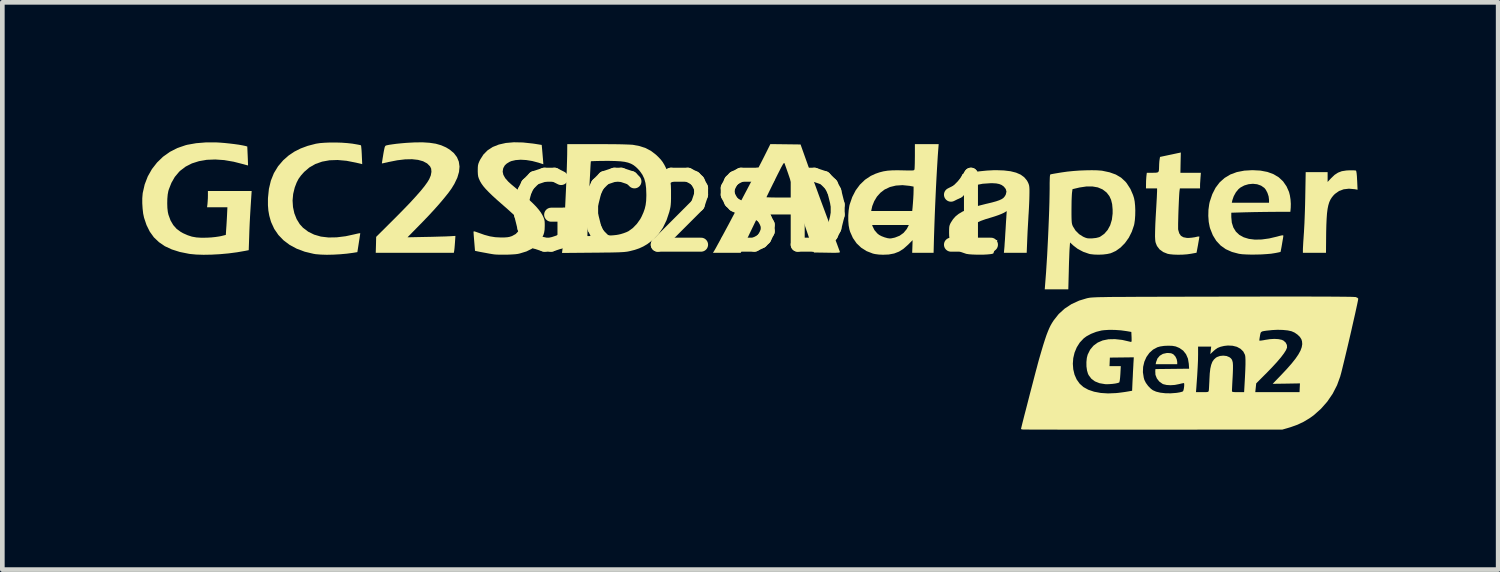
<source format=kicad_pcb>
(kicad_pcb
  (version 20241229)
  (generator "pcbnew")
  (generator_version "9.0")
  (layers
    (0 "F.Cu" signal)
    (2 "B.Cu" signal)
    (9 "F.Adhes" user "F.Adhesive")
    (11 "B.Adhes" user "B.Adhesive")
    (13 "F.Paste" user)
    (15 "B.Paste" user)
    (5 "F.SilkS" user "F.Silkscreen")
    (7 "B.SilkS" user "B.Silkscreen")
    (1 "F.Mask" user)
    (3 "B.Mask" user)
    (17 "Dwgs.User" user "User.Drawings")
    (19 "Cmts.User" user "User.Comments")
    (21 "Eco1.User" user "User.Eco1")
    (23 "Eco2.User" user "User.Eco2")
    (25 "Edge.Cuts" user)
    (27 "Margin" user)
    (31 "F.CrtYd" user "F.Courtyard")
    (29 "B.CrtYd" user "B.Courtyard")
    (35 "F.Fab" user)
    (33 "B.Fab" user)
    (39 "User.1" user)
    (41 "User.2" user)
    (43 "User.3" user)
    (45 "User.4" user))
  (footprint "GC2SD-1"
    (layer "F.Cu")
    (at 13.158 1.517)
    (property "Reference" "GC2SD-1" (at 0 0 180) (layer "F.SilkS") (effects (font (size 1.5 1.5) (thickness 0.3))))
    (attr board_only exclude_from_pos_files exclude_from_bom)
    (fp_poly (pts (xy 8.897 3.006) (xy 8.943 3.026) (xy 8.944 3.027) (xy 8.987 3.072) (xy 9.017 3.132) (xy 9.029 3.193) (xy 9.029 3.195) (xy 9.029 3.24) (xy 8.798 3.24) (xy 8.567 3.24) (xy 8.576 3.195) (xy 8.605 3.118) (xy 8.655 3.059) (xy 8.722 3.019) (xy 8.804 3.001) (xy 8.831 3)) (stroke (width 0) (type solid)) (fill yes) (layer "F.SilkS"))
    (fp_poly (pts (xy 12.818 -0.915) (xy 12.852 -0.912) (xy 12.862 -0.909) (xy 12.868 -0.891) (xy 12.875 -0.849) (xy 12.881 -0.787) (xy 12.885 -0.708) (xy 12.886 -0.699) (xy 12.895 -0.5) (xy 12.836 -0.511) (xy 12.71 -0.522) (xy 12.597 -0.509) (xy 12.497 -0.472) (xy 12.41 -0.41) (xy 12.38 -0.38) (xy 12.344 -0.336) (xy 12.313 -0.287) (xy 12.288 -0.232) (xy 12.268 -0.166) (xy 12.252 -0.088) (xy 12.24 0.006) (xy 12.232 0.118) (xy 12.226 0.251) (xy 12.222 0.407) (xy 12.221 0.506) (xy 12.218 0.853) (xy 11.971 0.853) (xy 11.723 0.853) (xy 11.723 0.787) (xy 11.724 0.753) (xy 11.727 0.697) (xy 11.731 0.623) (xy 11.737 0.538) (xy 11.743 0.445) (xy 11.745 0.421) (xy 11.75 0.331) (xy 11.756 0.22) (xy 11.761 0.093) (xy 11.766 -0.043) (xy 11.77 -0.182) (xy 11.773 -0.318) (xy 11.774 -0.378) (xy 11.783 -0.877) (xy 12.018 -0.877) (xy 12.253 -0.877) (xy 12.253 -0.772) (xy 12.253 -0.666) (xy 12.329 -0.748) (xy 12.402 -0.818) (xy 12.476 -0.866) (xy 12.557 -0.897) (xy 12.654 -0.912) (xy 12.707 -0.915) (xy 12.767 -0.916)) (stroke (width 0) (type solid)) (fill yes) (layer "F.SilkS"))
    (fp_poly (pts (xy -6.998 -1.506) (xy -6.866 -1.486) (xy -6.751 -1.453) (xy -6.646 -1.407) (xy -6.57 -1.361) (xy -6.478 -1.285) (xy -6.412 -1.198) (xy -6.372 -1.102) (xy -6.357 -0.996) (xy -6.368 -0.881) (xy -6.404 -0.758) (xy -6.467 -0.626) (xy -6.53 -0.523) (xy -6.596 -0.432) (xy -6.681 -0.326) (xy -6.782 -0.206) (xy -6.898 -0.075) (xy -7.027 0.064) (xy -7.166 0.209) (xy -7.194 0.237) (xy -7.472 0.52) (xy -7.068 0.512) (xy -6.958 0.51) (xy -6.852 0.507) (xy -6.753 0.504) (xy -6.668 0.502) (xy -6.601 0.499) (xy -6.556 0.497) (xy -6.554 0.497) (xy -6.445 0.49) (xy -6.454 0.626) (xy -6.459 0.691) (xy -6.464 0.75) (xy -6.469 0.794) (xy -6.471 0.808) (xy -6.479 0.853) (xy -7.316 0.853) (xy -8.153 0.853) (xy -8.148 0.682) (xy -8.144 0.511) (xy -7.745 0.114) (xy -7.575 -0.058) (xy -7.427 -0.211) (xy -7.301 -0.348) (xy -7.195 -0.468) (xy -7.111 -0.571) (xy -7.048 -0.658) (xy -7.007 -0.725) (xy -6.973 -0.806) (xy -6.959 -0.883) (xy -6.965 -0.951) (xy -6.988 -1) (xy -7.052 -1.064) (xy -7.138 -1.11) (xy -7.246 -1.14) (xy -7.374 -1.154) (xy -7.523 -1.151) (xy -7.691 -1.131) (xy -7.878 -1.094) (xy -7.906 -1.087) (xy -7.958 -1.076) (xy -7.998 -1.067) (xy -8.019 -1.064) (xy -8.021 -1.064) (xy -8.02 -1.078) (xy -8.014 -1.114) (xy -8.006 -1.168) (xy -7.995 -1.234) (xy -7.992 -1.254) (xy -7.979 -1.329) (xy -7.968 -1.381) (xy -7.96 -1.414) (xy -7.95 -1.434) (xy -7.939 -1.445) (xy -7.925 -1.45) (xy -7.921 -1.451) (xy -7.869 -1.462) (xy -7.795 -1.473) (xy -7.705 -1.485) (xy -7.605 -1.495) (xy -7.501 -1.504) (xy -7.398 -1.51) (xy -7.32 -1.514) (xy -7.148 -1.516)) (stroke (width 0) (type solid)) (fill yes) (layer "F.SilkS"))
    (fp_poly (pts (xy -8.88 -1.508) (xy -8.759 -1.499) (xy -8.651 -1.487) (xy -8.646 -1.486) (xy -8.581 -1.475) (xy -8.526 -1.465) (xy -8.487 -1.457) (xy -8.47 -1.451) (xy -8.47 -1.451) (xy -8.466 -1.435) (xy -8.462 -1.396) (xy -8.457 -1.339) (xy -8.453 -1.271) (xy -8.452 -1.245) (xy -8.443 -1.048) (xy -8.576 -1.08) (xy -8.779 -1.12) (xy -8.969 -1.137) (xy -9.144 -1.131) (xy -9.303 -1.102) (xy -9.447 -1.051) (xy -9.576 -0.977) (xy -9.688 -0.881) (xy -9.689 -0.88) (xy -9.757 -0.803) (xy -9.809 -0.731) (xy -9.849 -0.653) (xy -9.885 -0.559) (xy -9.889 -0.549) (xy -9.923 -0.41) (xy -9.936 -0.268) (xy -9.927 -0.128) (xy -9.898 0.006) (xy -9.849 0.13) (xy -9.782 0.239) (xy -9.714 0.314) (xy -9.601 0.4) (xy -9.473 0.463) (xy -9.328 0.505) (xy -9.167 0.524) (xy -8.99 0.521) (xy -8.796 0.497) (xy -8.613 0.457) (xy -8.558 0.444) (xy -8.515 0.435) (xy -8.489 0.432) (xy -8.485 0.433) (xy -8.487 0.449) (xy -8.493 0.488) (xy -8.501 0.544) (xy -8.512 0.612) (xy -8.516 0.64) (xy -8.547 0.838) (xy -8.639 0.853) (xy -8.774 0.871) (xy -8.918 0.884) (xy -9.062 0.892) (xy -9.201 0.895) (xy -9.329 0.891) (xy -9.439 0.882) (xy -9.487 0.874) (xy -9.675 0.829) (xy -9.846 0.765) (xy -9.997 0.684) (xy -10.129 0.585) (xy -10.24 0.47) (xy -10.329 0.34) (xy -10.395 0.196) (xy -10.405 0.165) (xy -10.436 0.054) (xy -10.455 -0.054) (xy -10.464 -0.167) (xy -10.464 -0.296) (xy -10.463 -0.326) (xy -10.443 -0.519) (xy -10.401 -0.695) (xy -10.336 -0.856) (xy -10.247 -1.002) (xy -10.136 -1.132) (xy -10.021 -1.233) (xy -9.898 -1.316) (xy -9.763 -1.384) (xy -9.612 -1.44) (xy -9.439 -1.485) (xy -9.435 -1.486) (xy -9.352 -1.499) (xy -9.249 -1.507) (xy -9.131 -1.512) (xy -9.006 -1.512)) (stroke (width 0) (type solid)) (fill yes) (layer "F.SilkS"))
    (fp_poly (pts (xy 9.101 -1.081) (xy 9.097 -0.863) (xy 9.316 -0.863) (xy 9.536 -0.863) (xy 9.527 -0.748) (xy 9.523 -0.686) (xy 9.519 -0.629) (xy 9.518 -0.586) (xy 9.518 -0.581) (xy 9.518 -0.528) (xy 9.302 -0.528) (xy 9.086 -0.528) (xy 9.079 -0.483) (xy 9.075 -0.447) (xy 9.071 -0.39) (xy 9.067 -0.315) (xy 9.063 -0.229) (xy 9.059 -0.134) (xy 9.055 -0.036) (xy 9.052 0.06) (xy 9.05 0.15) (xy 9.048 0.23) (xy 9.048 0.295) (xy 9.048 0.341) (xy 9.05 0.36) (xy 9.072 0.435) (xy 9.108 0.488) (xy 9.161 0.519) (xy 9.233 0.533) (xy 9.272 0.534) (xy 9.334 0.529) (xy 9.399 0.52) (xy 9.431 0.513) (xy 9.475 0.503) (xy 9.5 0.503) (xy 9.504 0.507) (xy 9.501 0.525) (xy 9.495 0.565) (xy 9.485 0.621) (xy 9.474 0.686) (xy 9.443 0.851) (xy 9.324 0.873) (xy 9.239 0.885) (xy 9.144 0.892) (xy 9.046 0.894) (xy 8.952 0.891) (xy 8.872 0.883) (xy 8.823 0.874) (xy 8.728 0.836) (xy 8.651 0.78) (xy 8.595 0.707) (xy 8.567 0.637) (xy 8.56 0.605) (xy 8.556 0.561) (xy 8.553 0.504) (xy 8.554 0.43) (xy 8.556 0.339) (xy 8.56 0.226) (xy 8.567 0.089) (xy 8.575 -0.047) (xy 8.581 -0.148) (xy 8.586 -0.243) (xy 8.591 -0.327) (xy 8.594 -0.397) (xy 8.596 -0.446) (xy 8.597 -0.469) (xy 8.597 -0.528) (xy 8.478 -0.528) (xy 8.359 -0.528) (xy 8.36 -0.622) (xy 8.361 -0.686) (xy 8.365 -0.75) (xy 8.368 -0.79) (xy 8.377 -0.863) (xy 8.499 -0.863) (xy 8.563 -0.864) (xy 8.603 -0.869) (xy 8.626 -0.883) (xy 8.636 -0.911) (xy 8.639 -0.958) (xy 8.64 -0.993) (xy 8.642 -1.053) (xy 8.646 -1.111) (xy 8.65 -1.141) (xy 8.66 -1.203) (xy 8.848 -1.243) (xy 8.92 -1.258) (xy 8.985 -1.272) (xy 9.036 -1.283) (xy 9.067 -1.289) (xy 9.071 -1.29) (xy 9.106 -1.298)) (stroke (width 0) (type solid)) (fill yes) (layer "F.SilkS"))
    (fp_poly (pts (xy 10.812 -0.91) (xy 10.963 -0.881) (xy 11.093 -0.833) (xy 11.205 -0.766) (xy 11.298 -0.679) (xy 11.372 -0.572) (xy 11.425 -0.453) (xy 11.444 -0.379) (xy 11.458 -0.29) (xy 11.464 -0.198) (xy 11.462 -0.114) (xy 11.462 -0.113) (xy 11.454 -0.026) (xy 11.158 -0.026) (xy 11.05 -0.025) (xy 10.925 -0.024) (xy 10.791 -0.022) (xy 10.659 -0.02) (xy 10.539 -0.017) (xy 10.525 -0.017) (xy 10.188 -0.007) (xy 10.188 0.086) (xy 10.199 0.206) (xy 10.232 0.31) (xy 10.286 0.398) (xy 10.36 0.468) (xy 10.454 0.52) (xy 10.565 0.554) (xy 10.694 0.57) (xy 10.839 0.567) (xy 10.999 0.545) (xy 11.165 0.506) (xy 11.23 0.488) (xy 11.272 0.479) (xy 11.295 0.478) (xy 11.304 0.483) (xy 11.304 0.486) (xy 11.302 0.505) (xy 11.296 0.544) (xy 11.287 0.596) (xy 11.277 0.655) (xy 11.267 0.715) (xy 11.257 0.768) (xy 11.249 0.809) (xy 11.244 0.832) (xy 11.244 0.834) (xy 11.23 0.837) (xy 11.195 0.845) (xy 11.145 0.855) (xy 11.116 0.86) (xy 11.04 0.872) (xy 10.945 0.88) (xy 10.838 0.887) (xy 10.725 0.89) (xy 10.614 0.891) (xy 10.511 0.888) (xy 10.422 0.883) (xy 10.354 0.874) (xy 10.353 0.874) (xy 10.202 0.834) (xy 10.07 0.775) (xy 9.959 0.696) (xy 9.866 0.596) (xy 9.792 0.476) (xy 9.736 0.335) (xy 9.726 0.302) (xy 9.704 0.189) (xy 9.695 0.062) (xy 9.698 -0.068) (xy 9.715 -0.192) (xy 9.721 -0.221) (xy 10.199 -0.221) (xy 10.598 -0.221) (xy 10.997 -0.221) (xy 10.997 -0.283) (xy 10.988 -0.357) (xy 10.963 -0.433) (xy 10.927 -0.501) (xy 10.896 -0.539) (xy 10.827 -0.587) (xy 10.743 -0.617) (xy 10.652 -0.627) (xy 10.557 -0.618) (xy 10.466 -0.591) (xy 10.383 -0.546) (xy 10.342 -0.512) (xy 10.286 -0.444) (xy 10.24 -0.36) (xy 10.21 -0.273) (xy 10.209 -0.267) (xy 10.199 -0.221) (xy 9.721 -0.221) (xy 9.726 -0.242) (xy 9.78 -0.403) (xy 9.85 -0.541) (xy 9.938 -0.657) (xy 10.044 -0.752) (xy 10.167 -0.826) (xy 10.307 -0.878) (xy 10.467 -0.909) (xy 10.641 -0.919)) (stroke (width 0) (type solid)) (fill yes) (layer "F.SilkS"))
    (fp_poly (pts (xy 0.631 -1.474) (xy 0.954 -1.47) (xy 1.103 -1.052) (xy 1.138 -0.953) (xy 1.181 -0.834) (xy 1.231 -0.697) (xy 1.286 -0.548) (xy 1.343 -0.391) (xy 1.402 -0.231) (xy 1.461 -0.073) (xy 1.518 0.08) (xy 1.52 0.086) (xy 1.571 0.221) (xy 1.618 0.349) (xy 1.662 0.467) (xy 1.701 0.573) (xy 1.735 0.663) (xy 1.762 0.737) (xy 1.782 0.791) (xy 1.794 0.822) (xy 1.796 0.829) (xy 1.797 0.838) (xy 1.792 0.844) (xy 1.777 0.848) (xy 1.749 0.85) (xy 1.704 0.852) (xy 1.64 0.852) (xy 1.552 0.851) (xy 1.522 0.85) (xy 1.241 0.846) (xy 1.138 0.539) (xy 1.107 0.445) (xy 1.075 0.352) (xy 1.046 0.268) (xy 1.022 0.197) (xy 1.003 0.145) (xy 0.998 0.131) (xy 0.96 0.03) (xy 0.51 0.03) (xy 0.06 0.03) (xy -0.093 0.347) (xy -0.138 0.44) (xy -0.181 0.531) (xy -0.22 0.613) (xy -0.252 0.683) (xy -0.277 0.736) (xy -0.287 0.759) (xy -0.328 0.853) (xy -0.626 0.853) (xy -0.925 0.853) (xy -0.904 0.822) (xy -0.887 0.793) (xy -0.858 0.742) (xy -0.819 0.67) (xy -0.77 0.581) (xy -0.714 0.477) (xy -0.651 0.36) (xy -0.582 0.232) (xy -0.51 0.095) (xy -0.434 -0.047) (xy -0.357 -0.193) (xy -0.28 -0.339) (xy 0.223 -0.339) (xy 0.236 -0.337) (xy 0.274 -0.336) (xy 0.331 -0.334) (xy 0.405 -0.333) (xy 0.491 -0.333) (xy 0.543 -0.333) (xy 0.864 -0.333) (xy 0.745 -0.678) (xy 0.713 -0.773) (xy 0.683 -0.861) (xy 0.656 -0.938) (xy 0.634 -1) (xy 0.619 -1.042) (xy 0.612 -1.061) (xy 0.607 -1.07) (xy 0.601 -1.073) (xy 0.592 -1.067) (xy 0.579 -1.049) (xy 0.561 -1.018) (xy 0.535 -0.971) (xy 0.502 -0.905) (xy 0.458 -0.819) (xy 0.41 -0.722) (xy 0.363 -0.627) (xy 0.321 -0.541) (xy 0.284 -0.466) (xy 0.255 -0.406) (xy 0.234 -0.363) (xy 0.224 -0.341) (xy 0.223 -0.339) (xy -0.28 -0.339) (xy -0.28 -0.34) (xy -0.203 -0.485) (xy -0.128 -0.628) (xy -0.057 -0.764) (xy 0.01 -0.893) (xy 0.071 -1.01) (xy 0.125 -1.115) (xy 0.171 -1.205) (xy 0.194 -1.251) (xy 0.307 -1.478)) (stroke (width 0) (type solid)) (fill yes) (layer "F.SilkS"))
    (fp_poly (pts (xy 3.905 -1.35) (xy 3.896 -1.228) (xy 3.887 -1.081) (xy 3.877 -0.916) (xy 3.867 -0.735) (xy 3.857 -0.544) (xy 3.848 -0.347) (xy 3.839 -0.148) (xy 3.831 0.049) (xy 3.824 0.24) (xy 3.818 0.419) (xy 3.815 0.508) (xy 3.806 0.853) (xy 3.576 0.853) (xy 3.347 0.853) (xy 3.352 0.717) (xy 3.356 0.581) (xy 3.259 0.679) (xy 3.162 0.765) (xy 3.065 0.827) (xy 2.961 0.867) (xy 2.844 0.889) (xy 2.722 0.894) (xy 2.631 0.89) (xy 2.549 0.879) (xy 2.505 0.869) (xy 2.371 0.817) (xy 2.254 0.743) (xy 2.155 0.649) (xy 2.076 0.535) (xy 2.017 0.403) (xy 2.001 0.35) (xy 1.985 0.265) (xy 1.977 0.163) (xy 1.977 0.072) (xy 2.459 0.072) (xy 2.468 0.179) (xy 2.495 0.278) (xy 2.538 0.366) (xy 2.6 0.438) (xy 2.639 0.469) (xy 2.69 0.496) (xy 2.755 0.521) (xy 2.82 0.539) (xy 2.868 0.545) (xy 2.897 0.543) (xy 2.941 0.534) (xy 2.977 0.526) (xy 3.077 0.487) (xy 3.162 0.426) (xy 3.231 0.343) (xy 3.286 0.237) (xy 3.326 0.108) (xy 3.327 0.101) (xy 3.336 0.049) (xy 3.346 -0.026) (xy 3.355 -0.115) (xy 3.363 -0.212) (xy 3.37 -0.311) (xy 3.375 -0.405) (xy 3.377 -0.488) (xy 3.377 -0.495) (xy 3.377 -0.567) (xy 3.289 -0.583) (xy 3.139 -0.598) (xy 2.999 -0.589) (xy 2.871 -0.558) (xy 2.756 -0.504) (xy 2.666 -0.435) (xy 2.591 -0.351) (xy 2.533 -0.254) (xy 2.491 -0.149) (xy 2.467 -0.039) (xy 2.459 0.072) (xy 1.977 0.072) (xy 1.977 0.053) (xy 1.985 -0.056) (xy 2 -0.155) (xy 2.008 -0.186) (xy 2.062 -0.343) (xy 2.135 -0.485) (xy 2.227 -0.609) (xy 2.335 -0.713) (xy 2.457 -0.795) (xy 2.559 -0.842) (xy 2.646 -0.872) (xy 2.731 -0.894) (xy 2.819 -0.908) (xy 2.916 -0.915) (xy 3.031 -0.917) (xy 3.135 -0.915) (xy 3.225 -0.913) (xy 3.291 -0.912) (xy 3.336 -0.912) (xy 3.366 -0.914) (xy 3.383 -0.918) (xy 3.391 -0.925) (xy 3.396 -0.935) (xy 3.397 -0.938) (xy 3.399 -0.961) (xy 3.401 -1.007) (xy 3.403 -1.071) (xy 3.404 -1.147) (xy 3.405 -1.223) (xy 3.405 -1.477) (xy 3.66 -1.477) (xy 3.915 -1.477)) (stroke (width 0) (type solid)) (fill yes) (layer "F.SilkS"))
    (fp_poly (pts (xy -11.57 -1.514) (xy -11.483 -1.509) (xy -11.386 -1.501) (xy -11.283 -1.49) (xy -11.182 -1.478) (xy -11.089 -1.465) (xy -11.011 -1.451) (xy -10.953 -1.439) (xy -10.949 -1.438) (xy -10.907 -1.426) (xy -10.898 -1.225) (xy -10.895 -1.153) (xy -10.893 -1.093) (xy -10.891 -1.048) (xy -10.891 -1.023) (xy -10.892 -1.021) (xy -10.905 -1.023) (xy -10.938 -1.032) (xy -10.984 -1.045) (xy -10.984 -1.045) (xy -11.198 -1.1) (xy -11.402 -1.135) (xy -11.594 -1.148) (xy -11.775 -1.141) (xy -11.942 -1.112) (xy -12.094 -1.064) (xy -12.229 -0.995) (xy -12.347 -0.905) (xy -12.37 -0.882) (xy -12.46 -0.775) (xy -12.533 -0.648) (xy -12.588 -0.508) (xy -12.599 -0.472) (xy -12.613 -0.397) (xy -12.621 -0.305) (xy -12.623 -0.206) (xy -12.62 -0.109) (xy -12.61 -0.022) (xy -12.597 0.036) (xy -12.552 0.159) (xy -12.494 0.258) (xy -12.422 0.339) (xy -12.331 0.406) (xy -12.28 0.434) (xy -12.185 0.476) (xy -12.093 0.506) (xy -11.997 0.523) (xy -11.888 0.53) (xy -11.767 0.528) (xy -11.678 0.523) (xy -11.591 0.514) (xy -11.516 0.503) (xy -11.472 0.495) (xy -11.367 0.469) (xy -11.359 0.344) (xy -11.354 0.276) (xy -11.349 0.193) (xy -11.344 0.106) (xy -11.341 0.047) (xy -11.333 -0.124) (xy -11.551 -0.124) (xy -11.769 -0.124) (xy -11.76 -0.197) (xy -11.756 -0.25) (xy -11.752 -0.316) (xy -11.751 -0.371) (xy -11.751 -0.472) (xy -11.282 -0.472) (xy -10.813 -0.472) (xy -10.822 -0.336) (xy -10.835 -0.135) (xy -10.846 0.046) (xy -10.855 0.215) (xy -10.862 0.379) (xy -10.866 0.507) (xy -10.876 0.796) (xy -10.947 0.81) (xy -11.124 0.841) (xy -11.307 0.865) (xy -11.492 0.882) (xy -11.674 0.892) (xy -11.845 0.895) (xy -12.002 0.89) (xy -12.139 0.877) (xy -12.162 0.873) (xy -12.355 0.834) (xy -12.525 0.78) (xy -12.674 0.711) (xy -12.801 0.624) (xy -12.909 0.521) (xy -12.997 0.399) (xy -13.067 0.258) (xy -13.12 0.1) (xy -13.139 0.011) (xy -13.151 -0.096) (xy -13.158 -0.209) (xy -13.158 -0.318) (xy -13.15 -0.414) (xy -13.148 -0.43) (xy -13.106 -0.614) (xy -13.04 -0.785) (xy -12.951 -0.942) (xy -12.841 -1.083) (xy -12.713 -1.207) (xy -12.567 -1.311) (xy -12.405 -1.394) (xy -12.229 -1.454) (xy -12.195 -1.463) (xy -12.004 -1.497) (xy -11.797 -1.514) (xy -11.579 -1.515)) (stroke (width 0) (type solid)) (fill yes) (layer "F.SilkS"))
    (fp_poly (pts (xy 7.309 -0.916) (xy 7.402 -0.909) (xy 7.424 -0.906) (xy 7.579 -0.873) (xy 7.713 -0.825) (xy 7.825 -0.759) (xy 7.916 -0.675) (xy 7.946 -0.639) (xy 8.025 -0.517) (xy 8.082 -0.386) (xy 8.103 -0.319) (xy 8.117 -0.247) (xy 8.126 -0.155) (xy 8.13 -0.054) (xy 8.128 0.051) (xy 8.121 0.149) (xy 8.109 0.232) (xy 8.103 0.26) (xy 8.055 0.401) (xy 7.99 0.53) (xy 7.909 0.643) (xy 7.815 0.739) (xy 7.712 0.813) (xy 7.602 0.862) (xy 7.529 0.878) (xy 7.44 0.889) (xy 7.343 0.893) (xy 7.249 0.89) (xy 7.169 0.881) (xy 7.144 0.876) (xy 7.016 0.832) (xy 6.898 0.77) (xy 6.806 0.7) (xy 6.731 0.631) (xy 6.722 0.753) (xy 6.719 0.8) (xy 6.716 0.87) (xy 6.713 0.958) (xy 6.709 1.057) (xy 6.706 1.163) (xy 6.704 1.255) (xy 6.694 1.635) (xy 6.441 1.635) (xy 6.189 1.635) (xy 6.205 1.429) (xy 6.217 1.274) (xy 6.228 1.101) (xy 6.24 0.915) (xy 6.25 0.719) (xy 6.26 0.52) (xy 6.269 0.32) (xy 6.277 0.125) (xy 6.284 -0.061) (xy 6.284 -0.068) (xy 6.762 -0.068) (xy 6.762 0.03) (xy 6.763 0.105) (xy 6.765 0.16) (xy 6.768 0.201) (xy 6.773 0.231) (xy 6.78 0.256) (xy 6.79 0.28) (xy 6.791 0.283) (xy 6.848 0.375) (xy 6.926 0.453) (xy 7.013 0.508) (xy 7.059 0.528) (xy 7.097 0.54) (xy 7.138 0.544) (xy 7.194 0.543) (xy 7.208 0.543) (xy 7.291 0.534) (xy 7.353 0.518) (xy 7.376 0.508) (xy 7.465 0.446) (xy 7.537 0.363) (xy 7.592 0.262) (xy 7.628 0.143) (xy 7.644 0.011) (xy 7.644 -0.075) (xy 7.634 -0.189) (xy 7.611 -0.283) (xy 7.575 -0.362) (xy 7.523 -0.43) (xy 7.509 -0.445) (xy 7.426 -0.508) (xy 7.326 -0.55) (xy 7.21 -0.57) (xy 7.078 -0.569) (xy 6.931 -0.547) (xy 6.907 -0.541) (xy 6.784 -0.512) (xy 6.773 -0.433) (xy 6.77 -0.394) (xy 6.767 -0.334) (xy 6.764 -0.257) (xy 6.763 -0.169) (xy 6.762 -0.077) (xy 6.762 -0.068) (xy 6.284 -0.068) (xy 6.289 -0.233) (xy 6.292 -0.388) (xy 6.294 -0.52) (xy 6.294 -0.539) (xy 6.294 -0.641) (xy 6.296 -0.718) (xy 6.298 -0.773) (xy 6.302 -0.808) (xy 6.308 -0.825) (xy 6.311 -0.829) (xy 6.331 -0.833) (xy 6.372 -0.841) (xy 6.431 -0.851) (xy 6.503 -0.863) (xy 6.552 -0.871) (xy 6.672 -0.888) (xy 6.802 -0.901) (xy 6.937 -0.911) (xy 7.071 -0.916) (xy 7.197 -0.918)) (stroke (width 0) (type solid)) (fill yes) (layer "F.SilkS"))
    (fp_poly (pts (xy -5 -1.513) (xy -4.787 -1.49) (xy -4.744 -1.484) (xy -4.595 -1.46) (xy -4.587 -1.375) (xy -4.582 -1.318) (xy -4.576 -1.248) (xy -4.57 -1.177) (xy -4.569 -1.168) (xy -4.56 -1.046) (xy -4.665 -1.08) (xy -4.797 -1.115) (xy -4.925 -1.136) (xy -5.046 -1.143) (xy -5.154 -1.135) (xy -5.245 -1.114) (xy -5.283 -1.098) (xy -5.344 -1.061) (xy -5.386 -1.022) (xy -5.413 -0.975) (xy -5.422 -0.953) (xy -5.432 -0.887) (xy -5.417 -0.818) (xy -5.377 -0.747) (xy -5.31 -0.671) (xy -5.248 -0.615) (xy -5.103 -0.494) (xy -4.979 -0.388) (xy -4.875 -0.294) (xy -4.788 -0.212) (xy -4.717 -0.14) (xy -4.661 -0.075) (xy -4.617 -0.017) (xy -4.585 0.036) (xy -4.576 0.052) (xy -4.553 0.102) (xy -4.539 0.141) (xy -4.532 0.182) (xy -4.53 0.234) (xy -4.53 0.274) (xy -4.533 0.356) (xy -4.543 0.419) (xy -4.559 0.471) (xy -4.619 0.586) (xy -4.699 0.683) (xy -4.8 0.762) (xy -4.922 0.823) (xy -5.066 0.867) (xy -5.106 0.876) (xy -5.16 0.883) (xy -5.234 0.888) (xy -5.32 0.892) (xy -5.41 0.893) (xy -5.497 0.893) (xy -5.571 0.89) (xy -5.618 0.886) (xy -5.658 0.88) (xy -5.717 0.87) (xy -5.786 0.857) (xy -5.857 0.844) (xy -5.921 0.832) (xy -5.961 0.824) (xy -6.025 0.81) (xy -6.041 0.618) (xy -6.047 0.546) (xy -6.052 0.483) (xy -6.055 0.435) (xy -6.057 0.407) (xy -6.057 0.404) (xy -6.053 0.394) (xy -6.039 0.393) (xy -6.009 0.402) (xy -5.958 0.42) (xy -5.955 0.421) (xy -5.823 0.468) (xy -5.704 0.5) (xy -5.591 0.518) (xy -5.474 0.524) (xy -5.464 0.524) (xy -5.388 0.523) (xy -5.332 0.519) (xy -5.287 0.511) (xy -5.245 0.498) (xy -5.231 0.493) (xy -5.153 0.45) (xy -5.098 0.393) (xy -5.066 0.328) (xy -5.059 0.256) (xy -5.078 0.182) (xy -5.123 0.109) (xy -5.133 0.097) (xy -5.159 0.071) (xy -5.202 0.03) (xy -5.258 -0.021) (xy -5.324 -0.081) (xy -5.396 -0.144) (xy -5.429 -0.173) (xy -5.549 -0.278) (xy -5.649 -0.369) (xy -5.73 -0.448) (xy -5.796 -0.516) (xy -5.847 -0.576) (xy -5.886 -0.63) (xy -5.916 -0.681) (xy -5.922 -0.694) (xy -5.944 -0.743) (xy -5.957 -0.785) (xy -5.963 -0.829) (xy -5.966 -0.887) (xy -5.966 -0.913) (xy -5.965 -0.977) (xy -5.961 -1.023) (xy -5.951 -1.062) (xy -5.933 -1.106) (xy -5.914 -1.145) (xy -5.845 -1.254) (xy -5.756 -1.344) (xy -5.646 -1.416) (xy -5.515 -1.468) (xy -5.364 -1.502) (xy -5.192 -1.517)) (stroke (width 0) (type solid)) (fill yes) (layer "F.SilkS"))
    (fp_poly (pts (xy -3.254 -1.477) (xy -3.117 -1.476) (xy -2.991 -1.475) (xy -2.879 -1.473) (xy -2.784 -1.47) (xy -2.709 -1.467) (xy -2.658 -1.464) (xy -2.642 -1.463) (xy -2.496 -1.435) (xy -2.368 -1.393) (xy -2.254 -1.333) (xy -2.149 -1.253) (xy -2.099 -1.206) (xy -2.043 -1.147) (xy -2.001 -1.092) (xy -1.963 -1.028) (xy -1.936 -0.975) (xy -1.897 -0.89) (xy -1.868 -0.815) (xy -1.847 -0.743) (xy -1.834 -0.669) (xy -1.826 -0.585) (xy -1.823 -0.484) (xy -1.823 -0.403) (xy -1.823 -0.309) (xy -1.825 -0.237) (xy -1.829 -0.18) (xy -1.835 -0.131) (xy -1.845 -0.084) (xy -1.858 -0.032) (xy -1.859 -0.026) (xy -1.919 0.154) (xy -1.996 0.313) (xy -2.09 0.451) (xy -2.203 0.569) (xy -2.331 0.666) (xy -2.418 0.717) (xy -2.505 0.757) (xy -2.601 0.79) (xy -2.701 0.815) (xy -2.732 0.822) (xy -2.764 0.828) (xy -2.798 0.832) (xy -2.839 0.836) (xy -2.889 0.839) (xy -2.95 0.842) (xy -3.026 0.844) (xy -3.119 0.846) (xy -3.232 0.847) (xy -3.368 0.849) (xy -3.493 0.85) (xy -4.16 0.856) (xy -4.153 0.802) (xy -4.146 0.744) (xy -4.139 0.661) (xy -4.131 0.556) (xy -4.127 0.494) (xy -3.615 0.494) (xy -3.311 0.487) (xy -3.202 0.484) (xy -3.116 0.481) (xy -3.048 0.476) (xy -2.994 0.47) (xy -2.947 0.462) (xy -2.904 0.452) (xy -2.9 0.451) (xy -2.838 0.432) (xy -2.777 0.409) (xy -2.731 0.387) (xy -2.729 0.385) (xy -2.639 0.319) (xy -2.555 0.232) (xy -2.483 0.131) (xy -2.456 0.081) (xy -2.415 -0.01) (xy -2.386 -0.092) (xy -2.367 -0.173) (xy -2.356 -0.262) (xy -2.352 -0.368) (xy -2.352 -0.403) (xy -2.357 -0.535) (xy -2.371 -0.645) (xy -2.397 -0.739) (xy -2.437 -0.822) (xy -2.491 -0.899) (xy -2.524 -0.936) (xy -2.574 -0.986) (xy -2.625 -1.026) (xy -2.68 -1.057) (xy -2.744 -1.081) (xy -2.818 -1.098) (xy -2.908 -1.109) (xy -3.017 -1.115) (xy -3.148 -1.118) (xy -3.222 -1.118) (xy -3.313 -1.117) (xy -3.393 -1.116) (xy -3.46 -1.114) (xy -3.51 -1.112) (xy -3.537 -1.11) (xy -3.541 -1.109) (xy -3.543 -1.094) (xy -3.546 -1.055) (xy -3.55 -0.994) (xy -3.554 -0.914) (xy -3.559 -0.818) (xy -3.565 -0.711) (xy -3.571 -0.593) (xy -3.577 -0.47) (xy -3.583 -0.343) (xy -3.589 -0.216) (xy -3.594 -0.092) (xy -3.6 0.026) (xy -3.604 0.134) (xy -3.608 0.231) (xy -3.611 0.312) (xy -3.613 0.375) (xy -3.614 0.417) (xy -3.614 0.419) (xy -3.615 0.494) (xy -4.127 0.494) (xy -4.123 0.432) (xy -4.115 0.294) (xy -4.106 0.142) (xy -4.098 -0.018) (xy -4.09 -0.184) (xy -4.082 -0.353) (xy -4.074 -0.522) (xy -4.067 -0.687) (xy -4.061 -0.846) (xy -4.056 -0.996) (xy -4.052 -1.132) (xy -4.049 -1.253) (xy -4.048 -1.355) (xy -4.048 -1.39) (xy -4.047 -1.477) (xy -3.4 -1.477)) (stroke (width 0) (type solid)) (fill yes) (layer "F.SilkS"))
    (fp_poly (pts (xy 5.313 -0.913) (xy 5.455 -0.896) (xy 5.574 -0.866) (xy 5.671 -0.824) (xy 5.748 -0.768) (xy 5.806 -0.699) (xy 5.825 -0.665) (xy 5.841 -0.63) (xy 5.852 -0.597) (xy 5.858 -0.559) (xy 5.861 -0.508) (xy 5.861 -0.437) (xy 5.861 -0.435) (xy 5.86 -0.373) (xy 5.858 -0.29) (xy 5.854 -0.193) (xy 5.849 -0.089) (xy 5.843 0.016) (xy 5.841 0.04) (xy 5.835 0.152) (xy 5.828 0.273) (xy 5.821 0.395) (xy 5.816 0.507) (xy 5.812 0.602) (xy 5.812 0.606) (xy 5.802 0.853) (xy 5.558 0.853) (xy 5.313 0.853) (xy 5.322 0.759) (xy 5.326 0.713) (xy 5.33 0.645) (xy 5.336 0.565) (xy 5.341 0.478) (xy 5.344 0.428) (xy 5.35 0.338) (xy 5.355 0.249) (xy 5.36 0.167) (xy 5.365 0.101) (xy 5.366 0.075) (xy 5.374 -0.041) (xy 5.3 0.001) (xy 5.258 0.02) (xy 5.197 0.044) (xy 5.125 0.069) (xy 5.049 0.093) (xy 5.045 0.094) (xy 4.919 0.132) (xy 4.818 0.168) (xy 4.739 0.204) (xy 4.682 0.242) (xy 4.642 0.282) (xy 4.618 0.327) (xy 4.607 0.379) (xy 4.605 0.41) (xy 4.618 0.482) (xy 4.655 0.542) (xy 4.714 0.585) (xy 4.721 0.589) (xy 4.777 0.605) (xy 4.851 0.614) (xy 4.934 0.616) (xy 5.016 0.61) (xy 5.088 0.596) (xy 5.093 0.594) (xy 5.134 0.583) (xy 5.163 0.577) (xy 5.171 0.577) (xy 5.169 0.591) (xy 5.161 0.625) (xy 5.148 0.672) (xy 5.133 0.726) (xy 5.117 0.778) (xy 5.102 0.824) (xy 5.091 0.855) (xy 5.087 0.865) (xy 5.063 0.875) (xy 5.017 0.882) (xy 4.954 0.888) (xy 4.879 0.892) (xy 4.797 0.893) (xy 4.715 0.892) (xy 4.636 0.889) (xy 4.567 0.884) (xy 4.513 0.876) (xy 4.504 0.874) (xy 4.391 0.835) (xy 4.3 0.78) (xy 4.227 0.705) (xy 4.174 0.617) (xy 4.156 0.575) (xy 4.145 0.535) (xy 4.14 0.489) (xy 4.138 0.427) (xy 4.138 0.407) (xy 4.139 0.342) (xy 4.142 0.296) (xy 4.15 0.261) (xy 4.164 0.227) (xy 4.179 0.2) (xy 4.223 0.132) (xy 4.276 0.072) (xy 4.342 0.019) (xy 4.422 -0.029) (xy 4.521 -0.074) (xy 4.639 -0.116) (xy 4.779 -0.158) (xy 4.945 -0.2) (xy 4.947 -0.2) (xy 5.059 -0.227) (xy 5.146 -0.251) (xy 5.213 -0.274) (xy 5.263 -0.297) (xy 5.3 -0.321) (xy 5.326 -0.35) (xy 5.347 -0.383) (xy 5.355 -0.401) (xy 5.368 -0.46) (xy 5.353 -0.515) (xy 5.312 -0.567) (xy 5.309 -0.569) (xy 5.265 -0.601) (xy 5.213 -0.622) (xy 5.148 -0.635) (xy 5.063 -0.64) (xy 5.036 -0.64) (xy 4.859 -0.628) (xy 4.67 -0.591) (xy 4.524 -0.549) (xy 4.465 -0.531) (xy 4.415 -0.516) (xy 4.382 -0.508) (xy 4.371 -0.507) (xy 4.371 -0.522) (xy 4.375 -0.559) (xy 4.382 -0.612) (xy 4.391 -0.669) (xy 4.417 -0.826) (xy 4.494 -0.844) (xy 4.631 -0.872) (xy 4.785 -0.894) (xy 4.942 -0.91) (xy 5.091 -0.918) (xy 5.147 -0.919)) (stroke (width 0) (type solid)) (fill yes) (layer "F.SilkS"))
    (fp_poly (pts (xy 11.769 1.79) (xy 11.974 1.791) (xy 12.156 1.791) (xy 12.315 1.792) (xy 12.452 1.793) (xy 12.568 1.794) (xy 12.664 1.795) (xy 12.74 1.796) (xy 12.796 1.798) (xy 12.834 1.8) (xy 12.854 1.801) (xy 12.857 1.802) (xy 12.89 1.816) (xy 12.908 1.833) (xy 12.909 1.837) (xy 12.906 1.86) (xy 12.897 1.907) (xy 12.883 1.974) (xy 12.864 2.061) (xy 12.842 2.162) (xy 12.816 2.276) (xy 12.788 2.399) (xy 12.759 2.529) (xy 12.728 2.662) (xy 12.697 2.795) (xy 12.666 2.926) (xy 12.636 3.051) (xy 12.608 3.168) (xy 12.582 3.274) (xy 12.56 3.365) (xy 12.541 3.439) (xy 12.526 3.492) (xy 12.525 3.499) (xy 12.455 3.691) (xy 12.361 3.874) (xy 12.244 4.045) (xy 12.108 4.199) (xy 11.955 4.335) (xy 11.864 4.4) (xy 11.739 4.475) (xy 11.609 4.537) (xy 11.464 4.589) (xy 11.388 4.612) (xy 11.283 4.642) (xy 8.513 4.644) (xy 8.237 4.644) (xy 7.967 4.644) (xy 7.707 4.644) (xy 7.456 4.644) (xy 7.217 4.644) (xy 6.99 4.644) (xy 6.777 4.644) (xy 6.58 4.644) (xy 6.399 4.643) (xy 6.237 4.643) (xy 6.093 4.643) (xy 5.971 4.642) (xy 5.87 4.642) (xy 5.793 4.641) (xy 5.74 4.641) (xy 5.714 4.64) (xy 5.711 4.64) (xy 5.687 4.634) (xy 5.68 4.63) (xy 5.683 4.614) (xy 5.693 4.573) (xy 5.708 4.511) (xy 5.728 4.432) (xy 5.752 4.337) (xy 5.78 4.23) (xy 5.81 4.114) (xy 5.841 3.993) (xy 5.873 3.868) (xy 5.906 3.743) (xy 5.938 3.62) (xy 5.968 3.504) (xy 5.996 3.397) (xy 6.022 3.301) (xy 6.04 3.231) (xy 6.791 3.231) (xy 6.8 3.35) (xy 6.827 3.464) (xy 6.873 3.568) (xy 6.938 3.659) (xy 7.019 3.731) (xy 7.122 3.788) (xy 7.246 3.83) (xy 7.389 3.857) (xy 7.546 3.867) (xy 7.714 3.86) (xy 7.766 3.855) (xy 7.836 3.846) (xy 7.909 3.836) (xy 7.97 3.826) (xy 8.062 3.81) (xy 8.071 3.598) (xy 8.076 3.508) (xy 8.08 3.413) (xy 8.08 3.412) (xy 8.293 3.412) (xy 8.311 3.528) (xy 8.325 3.578) (xy 8.357 3.641) (xy 8.405 3.707) (xy 8.463 3.766) (xy 8.506 3.798) (xy 8.576 3.829) (xy 8.667 3.851) (xy 8.773 3.863) (xy 8.888 3.865) (xy 9.007 3.856) (xy 9.035 3.852) (xy 9.088 3.843) (xy 9.098 3.84) (xy 9.431 3.84) (xy 9.565 3.84) (xy 9.627 3.84) (xy 9.666 3.838) (xy 9.689 3.833) (xy 9.7 3.824) (xy 9.705 3.81) (xy 9.705 3.809) (xy 9.708 3.784) (xy 9.711 3.737) (xy 9.714 3.674) (xy 9.718 3.601) (xy 9.719 3.568) (xy 9.726 3.44) (xy 9.738 3.336) (xy 9.757 3.254) (xy 9.782 3.189) (xy 9.816 3.14) (xy 9.859 3.101) (xy 9.882 3.087) (xy 9.945 3.064) (xy 10.016 3.057) (xy 10.087 3.065) (xy 10.145 3.089) (xy 10.147 3.09) (xy 10.175 3.111) (xy 10.196 3.135) (xy 10.21 3.166) (xy 10.22 3.207) (xy 10.224 3.262) (xy 10.224 3.335) (xy 10.221 3.429) (xy 10.217 3.512) (xy 10.212 3.599) (xy 10.208 3.677) (xy 10.205 3.742) (xy 10.203 3.789) (xy 10.202 3.814) (xy 10.202 3.816) (xy 10.205 3.827) (xy 10.217 3.834) (xy 10.244 3.838) (xy 10.291 3.84) (xy 10.332 3.84) (xy 10.463 3.84) (xy 10.702 3.84) (xy 11.176 3.84) (xy 11.651 3.84) (xy 11.655 3.746) (xy 11.66 3.652) (xy 11.368 3.657) (xy 11.075 3.661) (xy 11.252 3.478) (xy 11.377 3.345) (xy 11.48 3.228) (xy 11.563 3.124) (xy 11.626 3.032) (xy 11.671 2.95) (xy 11.698 2.876) (xy 11.709 2.81) (xy 11.704 2.749) (xy 11.69 2.705) (xy 11.658 2.655) (xy 11.607 2.606) (xy 11.545 2.563) (xy 11.481 2.535) (xy 11.479 2.534) (xy 11.396 2.516) (xy 11.293 2.506) (xy 11.178 2.503) (xy 11.06 2.509) (xy 11.027 2.513) (xy 10.947 2.521) (xy 10.891 2.529) (xy 10.854 2.537) (xy 10.83 2.55) (xy 10.817 2.567) (xy 10.81 2.594) (xy 10.803 2.63) (xy 10.803 2.632) (xy 10.795 2.679) (xy 10.79 2.716) (xy 10.788 2.732) (xy 10.801 2.736) (xy 10.835 2.733) (xy 10.887 2.725) (xy 10.91 2.72) (xy 11.013 2.704) (xy 11.111 2.698) (xy 11.199 2.703) (xy 11.27 2.718) (xy 11.307 2.735) (xy 11.354 2.777) (xy 11.38 2.829) (xy 11.383 2.883) (xy 11.382 2.887) (xy 11.36 2.94) (xy 11.316 3.009) (xy 11.251 3.095) (xy 11.165 3.196) (xy 11.058 3.312) (xy 10.931 3.443) (xy 10.914 3.459) (xy 10.722 3.652) (xy 10.712 3.746) (xy 10.702 3.84) (xy 10.463 3.84) (xy 10.471 3.697) (xy 10.481 3.519) (xy 10.488 3.369) (xy 10.492 3.247) (xy 10.492 3.151) (xy 10.489 3.083) (xy 10.482 3.041) (xy 10.481 3.039) (xy 10.444 2.967) (xy 10.385 2.91) (xy 10.308 2.868) (xy 10.216 2.845) (xy 10.114 2.84) (xy 10.034 2.849) (xy 9.957 2.867) (xy 9.896 2.891) (xy 9.842 2.928) (xy 9.799 2.966) (xy 9.738 3.024) (xy 9.748 2.943) (xy 9.757 2.863) (xy 9.616 2.863) (xy 9.476 2.863) (xy 9.476 3.034) (xy 9.474 3.159) (xy 9.467 3.309) (xy 9.457 3.483) (xy 9.443 3.679) (xy 9.44 3.725) (xy 9.431 3.84) (xy 9.098 3.84) (xy 9.129 3.832) (xy 9.152 3.822) (xy 9.153 3.821) (xy 9.163 3.798) (xy 9.171 3.762) (xy 9.177 3.719) (xy 9.179 3.68) (xy 9.177 3.652) (xy 9.172 3.645) (xy 9.151 3.648) (xy 9.113 3.656) (xy 9.069 3.667) (xy 8.977 3.685) (xy 8.885 3.691) (xy 8.802 3.686) (xy 8.733 3.67) (xy 8.714 3.662) (xy 8.643 3.611) (xy 8.592 3.545) (xy 8.562 3.468) (xy 8.558 3.389) (xy 8.562 3.345) (xy 8.923 3.341) (xy 9.284 3.337) (xy 9.277 3.232) (xy 9.259 3.122) (xy 9.218 3.027) (xy 9.157 2.95) (xy 9.076 2.893) (xy 8.997 2.86) (xy 8.925 2.847) (xy 8.837 2.844) (xy 8.746 2.848) (xy 8.661 2.861) (xy 8.604 2.877) (xy 8.511 2.927) (xy 8.432 2.998) (xy 8.369 3.086) (xy 8.324 3.187) (xy 8.298 3.297) (xy 8.293 3.412) (xy 8.08 3.412) (xy 8.085 3.324) (xy 8.089 3.25) (xy 8.089 3.24) (xy 8.098 3.093) (xy 7.841 3.096) (xy 7.585 3.099) (xy 7.581 3.19) (xy 7.577 3.282) (xy 7.698 3.282) (xy 7.819 3.282) (xy 7.81 3.452) (xy 7.804 3.531) (xy 7.797 3.589) (xy 7.789 3.624) (xy 7.784 3.633) (xy 7.752 3.644) (xy 7.701 3.655) (xy 7.638 3.663) (xy 7.572 3.668) (xy 7.511 3.67) (xy 7.481 3.668) (xy 7.363 3.648) (xy 7.265 3.609) (xy 7.188 3.552) (xy 7.131 3.476) (xy 7.116 3.446) (xy 7.095 3.375) (xy 7.083 3.288) (xy 7.082 3.194) (xy 7.091 3.106) (xy 7.109 3.036) (xy 7.162 2.929) (xy 7.234 2.843) (xy 7.324 2.777) (xy 7.431 2.731) (xy 7.555 2.706) (xy 7.695 2.703) (xy 7.849 2.72) (xy 8.019 2.759) (xy 8.022 2.76) (xy 8.038 2.763) (xy 8.047 2.759) (xy 8.051 2.741) (xy 8.051 2.705) (xy 8.05 2.659) (xy 8.045 2.549) (xy 7.948 2.532) (xy 7.825 2.515) (xy 7.697 2.506) (xy 7.573 2.504) (xy 7.462 2.511) (xy 7.406 2.518) (xy 7.291 2.547) (xy 7.181 2.59) (xy 7.083 2.643) (xy 7.024 2.687) (xy 6.94 2.776) (xy 6.875 2.879) (xy 6.828 2.992) (xy 6.8 3.11) (xy 6.791 3.231) (xy 6.04 3.231) (xy 6.043 3.221) (xy 6.06 3.158) (xy 6.071 3.119) (xy 6.117 2.961) (xy 6.157 2.827) (xy 6.193 2.714) (xy 6.225 2.619) (xy 6.256 2.539) (xy 6.285 2.47) (xy 6.314 2.41) (xy 6.345 2.356) (xy 6.378 2.305) (xy 6.379 2.303) (xy 6.488 2.165) (xy 6.617 2.048) (xy 6.763 1.952) (xy 6.927 1.877) (xy 7.096 1.826) (xy 7.112 1.823) (xy 7.127 1.82) (xy 7.144 1.817) (xy 7.163 1.814) (xy 7.187 1.812) (xy 7.215 1.81) (xy 7.25 1.808) (xy 7.292 1.806) (xy 7.343 1.804) (xy 7.403 1.803) (xy 7.475 1.802) (xy 7.559 1.8) (xy 7.656 1.799) (xy 7.767 1.799) (xy 7.895 1.798) (xy 8.039 1.797) (xy 8.202 1.796) (xy 8.384 1.796) (xy 8.586 1.795) (xy 8.81 1.794) (xy 9.058 1.794) (xy 9.329 1.793) (xy 9.625 1.793) (xy 9.948 1.792) (xy 10.013 1.792) (xy 10.372 1.791) (xy 10.703 1.791) (xy 11.008 1.79) (xy 11.286 1.79) (xy 11.54 1.79)) (stroke (width 0) (type solid)) (fill yes) (layer "F.SilkS")))
  (gr_rect
    (start -3 -3)
    (end 29.067 9.161)
    (stroke (width 0.1) (type default))
    (fill no)
    (layer "Edge.Cuts")))
</source>
